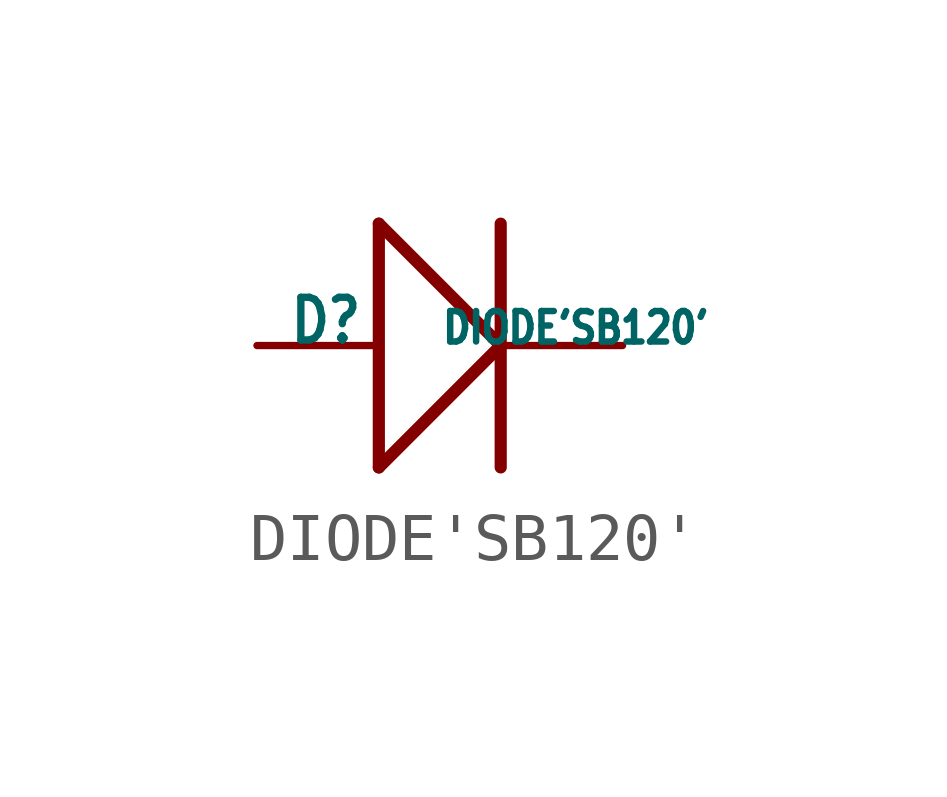
<source format=kicad_sym>
(kicad_symbol_lib
  (version 20211014)
  (generator kicad_symbol_editor)
  (symbol "DIODE'SB120'"
    (property "Reference" "D"
      (at -3.175 0 0)
      (effects (font (size 0.889 0.756)) (justify left bottom)))
    (property "Value" "DIODE'SB120'"
      (at 0 0 0)
      (effects (font (size 0.635 0.54)) (justify left bottom)))
    (property "ki_locked" ""
      (at 0 0 0)
      (effects (font (size 1.27 1.27))))
    (symbol "DIODE'SB120'_1_0"
      (polyline (pts (xy -1.27 -2.54) (xy -1.27 2.54)) (stroke (width 0.254) (type default) (color 0 0 0 0)) (fill (type none)))
      (polyline (pts (xy -1.27 -2.54) (xy 1.27 0)) (stroke (width 0.254) (type default) (color 0 0 0 0)) (fill (type none)))
      (polyline (pts (xy -1.27 2.54) (xy 1.27 0)) (stroke (width 0.254) (type default) (color 0 0 0 0)) (fill (type none)))
      (polyline (pts (xy 1.27 2.54) (xy 1.27 -2.54)) (stroke (width 0.254) (type default) (color 0 0 0 0)) (fill (type none)))
      (pin passive line (at -3.81 0 0) (length 2.54) (name "+" (effects (font (size 0 0)))) (number "1" (effects (font (size 0 0)))))
      (pin passive line (at 3.81 0 180) (length 2.54) (name "-" (effects (font (size 0 0)))) (number "2" (effects (font (size 0 0))))))))
</source>
